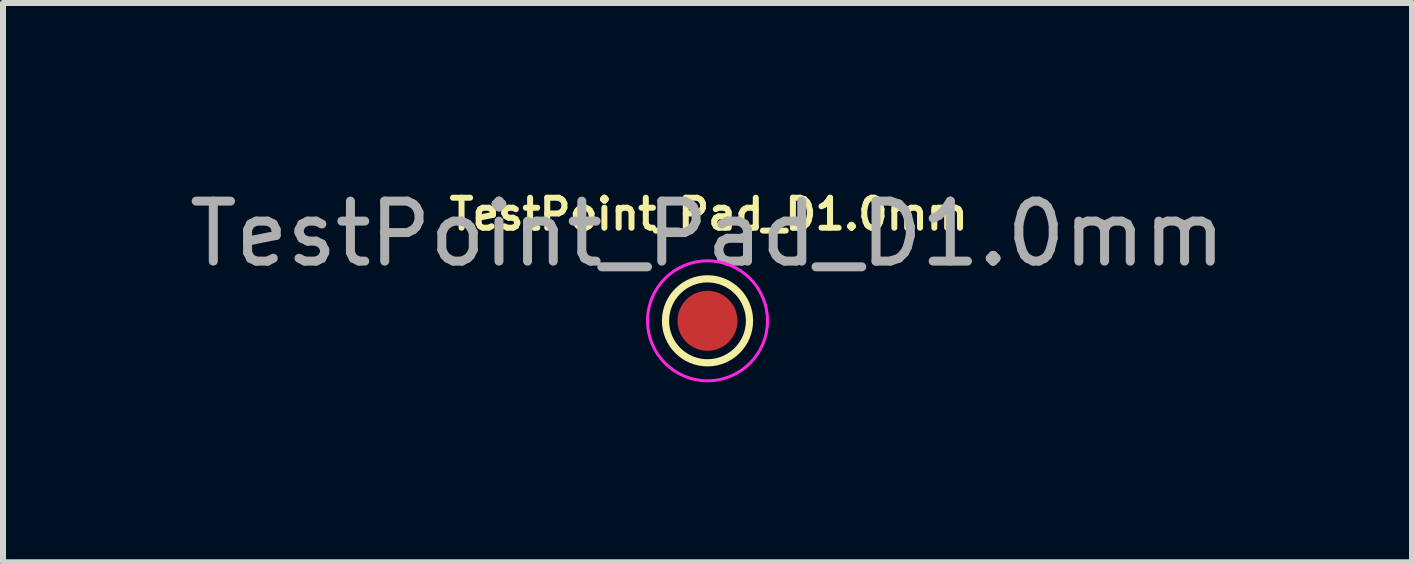
<source format=kicad_pcb>
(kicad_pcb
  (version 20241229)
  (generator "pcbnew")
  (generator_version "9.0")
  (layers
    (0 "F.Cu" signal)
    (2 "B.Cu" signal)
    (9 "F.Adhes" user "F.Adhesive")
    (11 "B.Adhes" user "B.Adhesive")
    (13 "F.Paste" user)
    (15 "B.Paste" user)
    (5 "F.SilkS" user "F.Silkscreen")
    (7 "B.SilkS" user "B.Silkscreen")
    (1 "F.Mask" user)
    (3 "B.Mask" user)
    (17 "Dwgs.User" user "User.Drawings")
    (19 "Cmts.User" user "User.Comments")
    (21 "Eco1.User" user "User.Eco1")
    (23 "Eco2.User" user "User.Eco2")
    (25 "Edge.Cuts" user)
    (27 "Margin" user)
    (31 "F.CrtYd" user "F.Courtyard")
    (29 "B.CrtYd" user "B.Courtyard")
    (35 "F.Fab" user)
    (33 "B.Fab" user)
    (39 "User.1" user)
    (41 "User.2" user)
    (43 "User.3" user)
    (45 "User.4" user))
  (footprint "TestPoint_Pad_D1.0mm"
    (layer "F.Cu")
    (at 8.744 2.298)
    (property "Reference" "TestPoint_Pad_D1.0mm" (at 0.019 -1.778 0) (layer "F.SilkS") (effects (font (size 0.5 0.5) (thickness 0.1))))
    (attr exclude_from_pos_files exclude_from_bom)
    (fp_circle (center 0 0) (end 0 0.7) (stroke (width 0.12) (type solid)) (fill no) (layer "F.SilkS"))
    (fp_circle (center 0 0) (end 1 0) (stroke (width 0.05) (type solid)) (fill no) (layer "F.CrtYd"))
    (fp_text user "${REFERENCE}" (at 0 -1.45 0) (layer "F.Fab") (effects (font (size 1 1) (thickness 0.15))))
    (pad "1" smd circle (at 0 0) (size 1 1) (layers "F.Cu" "F.Mask")))
  (gr_rect
    (start -3 -3)
    (end 20.488 6.323)
    (stroke (width 0.1) (type default))
    (fill no)
    (layer "Edge.Cuts")))
</source>
